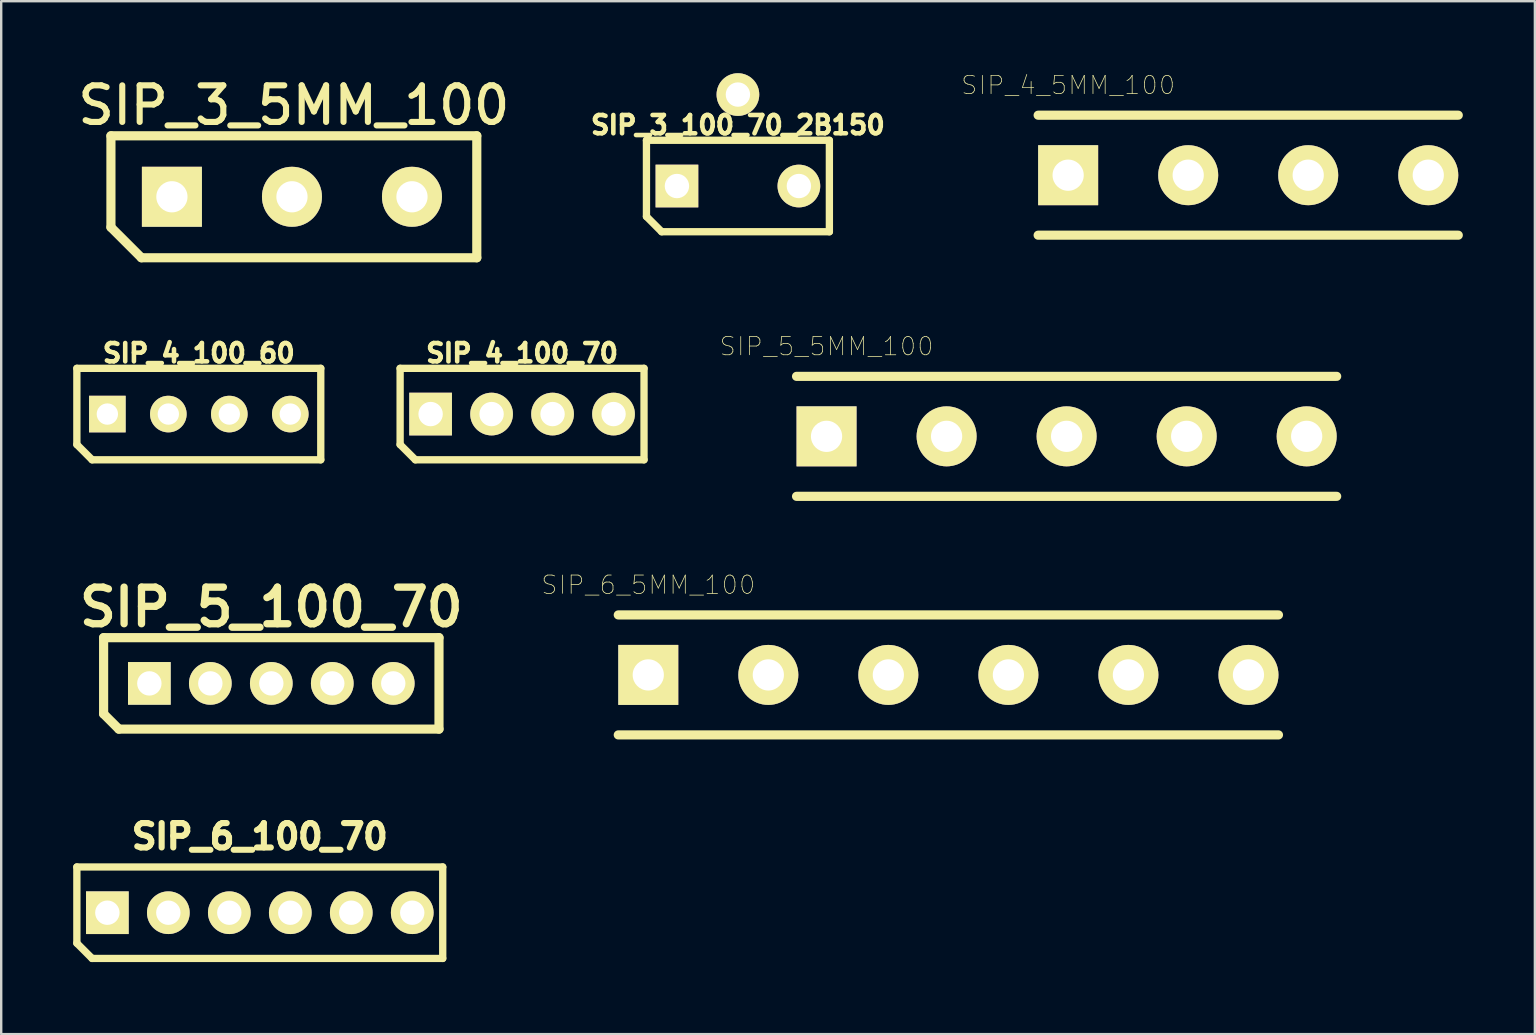
<source format=kicad_pcb>
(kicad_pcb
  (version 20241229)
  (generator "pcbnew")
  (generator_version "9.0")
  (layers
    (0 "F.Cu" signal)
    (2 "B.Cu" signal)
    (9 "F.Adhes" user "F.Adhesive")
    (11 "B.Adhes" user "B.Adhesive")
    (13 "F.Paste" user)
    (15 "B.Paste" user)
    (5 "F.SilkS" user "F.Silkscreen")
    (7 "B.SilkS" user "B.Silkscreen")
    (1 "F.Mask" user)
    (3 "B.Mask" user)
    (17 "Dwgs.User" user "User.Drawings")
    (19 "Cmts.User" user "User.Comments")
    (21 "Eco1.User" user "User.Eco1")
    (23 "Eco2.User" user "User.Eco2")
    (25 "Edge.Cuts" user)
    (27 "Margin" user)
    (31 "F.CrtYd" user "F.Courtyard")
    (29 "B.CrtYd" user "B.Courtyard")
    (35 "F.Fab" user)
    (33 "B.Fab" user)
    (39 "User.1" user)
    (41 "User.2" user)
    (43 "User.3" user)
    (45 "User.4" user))
  (footprint "SIP_5_5MM_100"
    (layer "F.Cu")
    (at 31.38 15.126)
    (property "Reference" "SIP_5_5MM_100" (at 0 -3.749 0) (layer "F.SilkS") (effects (font (size 0.762 0.762) (thickness 0.03))))
    (attr through_hole)
    (fp_line (start -1.25 -2.499) (end 21.25 -2.499) (stroke (width 0.381) (type solid)) (layer "F.SilkS"))
    (fp_line (start -1.25 2.499) (end 21.25 2.499) (stroke (width 0.381) (type solid)) (layer "F.SilkS"))
    (pad "1" thru_hole rect (at 0 0) (size 2.499 2.499) (drill 1.3) (layers "*.Cu" "*.Mask" "F.SilkS"))
    (pad "2" thru_hole circle (at 5.001 0) (size 2.499 2.499) (drill 1.3) (layers "*.Cu" "*.Mask" "F.SilkS"))
    (pad "3" thru_hole circle (at 10 0) (size 2.499 2.499) (drill 1.3) (layers "*.Cu" "*.Mask" "F.SilkS"))
    (pad "4" thru_hole circle (at 15.001 0) (size 2.499 2.499) (drill 1.3) (layers "*.Cu" "*.Mask" "F.SilkS"))
    (pad "5" thru_hole circle (at 20 0) (size 2.499 2.499) (drill 1.3) (layers "*.Cu" "*.Mask" "F.SilkS")))
  (footprint "SIP_6_5MM_100"
    (layer "F.Cu")
    (at 23.954 25.064)
    (property "Reference" "SIP_6_5MM_100" (at 0 -3.749 0) (layer "F.SilkS") (effects (font (size 0.762 0.762) (thickness 0.03))))
    (attr through_hole)
    (fp_line (start -1.25 -2.499) (end 26.251 -2.499) (stroke (width 0.381) (type solid)) (layer "F.SilkS"))
    (fp_line (start -1.25 2.499) (end 26.251 2.499) (stroke (width 0.381) (type solid)) (layer "F.SilkS"))
    (pad "1" thru_hole rect (at 0 0) (size 2.499 2.499) (drill 1.3) (layers "*.Cu" "*.Mask" "F.SilkS"))
    (pad "2" thru_hole circle (at 5.001 0) (size 2.499 2.499) (drill 1.3) (layers "*.Cu" "*.Mask" "F.SilkS"))
    (pad "3" thru_hole circle (at 10 0) (size 2.499 2.499) (drill 1.3) (layers "*.Cu" "*.Mask" "F.SilkS"))
    (pad "4" thru_hole circle (at 15.001 0) (size 2.499 2.499) (drill 1.3) (layers "*.Cu" "*.Mask" "F.SilkS"))
    (pad "5" thru_hole circle (at 20 0) (size 2.499 2.499) (drill 1.3) (layers "*.Cu" "*.Mask" "F.SilkS"))
    (pad "6" thru_hole circle (at 25.001 0) (size 2.499 2.499) (drill 1.3) (layers "*.Cu" "*.Mask" "F.SilkS")))
  (footprint "SIP_3_5MM_100"
    (layer "F.Cu")
    (at 4.111 5.147)
    (property "Reference" "SIP_3_5MM_100" (at 5.08 -3.81 0) (layer "F.SilkS") (effects (font (size 1.524 1.524) (thickness 0.254))))
    (attr through_hole)
    (fp_line (start -2.54 -2.54) (end -2.54 1.27) (stroke (width 0.381) (type solid)) (layer "F.SilkS"))
    (fp_line (start -2.54 1.27) (end -1.27 2.54) (stroke (width 0.381) (type solid)) (layer "F.SilkS"))
    (fp_line (start -1.27 2.54) (end 12.7 2.54) (stroke (width 0.381) (type solid)) (layer "F.SilkS"))
    (fp_line (start 12.7 -2.54) (end -2.54 -2.54) (stroke (width 0.381) (type solid)) (layer "F.SilkS"))
    (fp_line (start 12.7 2.54) (end 12.7 -2.54) (stroke (width 0.381) (type solid)) (layer "F.SilkS"))
    (pad "1" thru_hole rect (at 0 0) (size 2.499 2.499) (drill 1.3) (layers "*.Cu" "*.Mask" "F.SilkS"))
    (pad "2" thru_hole circle (at 5.001 0) (size 2.499 2.499) (drill 1.3) (layers "*.Cu" "*.Mask" "F.SilkS"))
    (pad "3" thru_hole circle (at 10 0) (size 2.499 2.499) (drill 1.3) (layers "*.Cu" "*.Mask" "F.SilkS")))
  (footprint "SIP_6_100_70"
    (layer "F.Cu")
    (at 1.422 34.969)
    (property "Reference" "SIP_6_100_70" (at 6.35 -3.175 0) (layer "F.SilkS") (effects (font (size 1.016 1.016) (thickness 0.254))))
    (attr through_hole)
    (fp_line (start -1.27 -1.905) (end -1.27 1.27) (stroke (width 0.305) (type solid)) (layer "F.SilkS"))
    (fp_line (start -1.27 1.27) (end -0.635 1.905) (stroke (width 0.305) (type solid)) (layer "F.SilkS"))
    (fp_line (start -0.635 1.905) (end 13.97 1.905) (stroke (width 0.305) (type solid)) (layer "F.SilkS"))
    (fp_line (start 13.97 -1.905) (end -1.27 -1.905) (stroke (width 0.305) (type solid)) (layer "F.SilkS"))
    (fp_line (start 13.97 1.905) (end 13.97 -1.905) (stroke (width 0.305) (type solid)) (layer "F.SilkS"))
    (pad "1" thru_hole rect (at 0 0) (size 1.778 1.778) (drill 1.016) (layers "*.Cu" "*.Mask" "F.SilkS"))
    (pad "2" thru_hole circle (at 2.54 0) (size 1.778 1.778) (drill 1.016) (layers "*.Cu" "*.Mask" "F.SilkS"))
    (pad "3" thru_hole circle (at 5.08 0) (size 1.778 1.778) (drill 1.016) (layers "*.Cu" "*.Mask" "F.SilkS"))
    (pad "4" thru_hole circle (at 7.62 0) (size 1.778 1.778) (drill 1.016) (layers "*.Cu" "*.Mask" "F.SilkS"))
    (pad "5" thru_hole circle (at 10.16 0) (size 1.778 1.778) (drill 1.016) (layers "*.Cu" "*.Mask" "F.SilkS"))
    (pad "6" thru_hole circle (at 12.7 0) (size 1.778 1.778) (drill 1.016) (layers "*.Cu" "*.Mask" "F.SilkS")))
  (footprint "SIP_4_5MM_100"
    (layer "F.Cu")
    (at 41.444 4.248)
    (property "Reference" "SIP_4_5MM_100" (at 0 -3.749 0) (layer "F.SilkS") (effects (font (size 0.762 0.762) (thickness 0.03))))
    (attr through_hole)
    (fp_line (start -1.25 -2.499) (end 16.251 -2.499) (stroke (width 0.381) (type solid)) (layer "F.SilkS"))
    (fp_line (start -1.25 2.499) (end 16.251 2.499) (stroke (width 0.381) (type solid)) (layer "F.SilkS"))
    (pad "1" thru_hole rect (at 0 0) (size 2.499 2.499) (drill 1.3) (layers "*.Cu" "*.Mask" "F.SilkS"))
    (pad "2" thru_hole circle (at 5.001 0) (size 2.499 2.499) (drill 1.3) (layers "*.Cu" "*.Mask" "F.SilkS"))
    (pad "3" thru_hole circle (at 10 0) (size 2.499 2.499) (drill 1.3) (layers "*.Cu" "*.Mask" "F.SilkS"))
    (pad "4" thru_hole circle (at 15.001 0) (size 2.499 2.499) (drill 1.3) (layers "*.Cu" "*.Mask" "F.SilkS")))
  (footprint "SIP_4_100_70"
    (layer "F.Cu")
    (at 14.887 14.198)
    (property "Reference" "SIP_4_100_70" (at 3.81 -2.54 0) (layer "F.SilkS") (effects (font (size 0.762 0.762) (thickness 0.191))))
    (attr through_hole)
    (fp_line (start -1.27 -1.905) (end -1.27 1.27) (stroke (width 0.305) (type solid)) (layer "F.SilkS"))
    (fp_line (start -1.27 1.27) (end -0.635 1.905) (stroke (width 0.305) (type solid)) (layer "F.SilkS"))
    (fp_line (start -0.635 1.905) (end 8.89 1.905) (stroke (width 0.305) (type solid)) (layer "F.SilkS"))
    (fp_line (start 8.89 -1.905) (end -1.27 -1.905) (stroke (width 0.305) (type solid)) (layer "F.SilkS"))
    (fp_line (start 8.89 1.905) (end 8.89 -1.905) (stroke (width 0.305) (type solid)) (layer "F.SilkS"))
    (pad "1" thru_hole rect (at 0 0) (size 1.778 1.778) (drill 1.016) (layers "*.Cu" "*.Mask" "F.SilkS"))
    (pad "2" thru_hole circle (at 2.54 0) (size 1.778 1.778) (drill 1.016) (layers "*.Cu" "*.Mask" "F.SilkS"))
    (pad "3" thru_hole circle (at 5.08 0) (size 1.778 1.778) (drill 1.016) (layers "*.Cu" "*.Mask" "F.SilkS"))
    (pad "4" thru_hole circle (at 7.62 0) (size 1.778 1.778) (drill 1.016) (layers "*.Cu" "*.Mask" "F.SilkS")))
  (footprint "SIP_5_100_70"
    (layer "F.Cu")
    (at 3.171 25.417)
    (property "Reference" "SIP_5_100_70" (at 5.08 -3.175 0) (layer "F.SilkS") (effects (font (size 1.524 1.524) (thickness 0.305))))
    (attr through_hole)
    (fp_line (start -1.905 -1.905) (end -1.905 1.27) (stroke (width 0.381) (type solid)) (layer "F.SilkS"))
    (fp_line (start -1.905 1.27) (end -1.27 1.905) (stroke (width 0.381) (type solid)) (layer "F.SilkS"))
    (fp_line (start -1.27 1.905) (end 12.065 1.905) (stroke (width 0.381) (type solid)) (layer "F.SilkS"))
    (fp_line (start 12.065 -1.905) (end -1.905 -1.905) (stroke (width 0.381) (type solid)) (layer "F.SilkS"))
    (fp_line (start 12.065 1.905) (end 12.065 -1.905) (stroke (width 0.381) (type solid)) (layer "F.SilkS"))
    (pad "1" thru_hole rect (at 0 0) (size 1.778 1.778) (drill 1.016) (layers "*.Cu" "*.Mask" "F.SilkS"))
    (pad "2" thru_hole circle (at 2.54 0) (size 1.778 1.778) (drill 1.016) (layers "*.Cu" "*.Mask" "F.SilkS"))
    (pad "3" thru_hole circle (at 5.08 0) (size 1.778 1.778) (drill 1.016) (layers "*.Cu" "*.Mask" "F.SilkS"))
    (pad "4" thru_hole circle (at 7.62 0) (size 1.778 1.778) (drill 1.016) (layers "*.Cu" "*.Mask" "F.SilkS"))
    (pad "5" thru_hole circle (at 10.16 0) (size 1.778 1.778) (drill 1.016) (layers "*.Cu" "*.Mask" "F.SilkS")))
  (footprint "SIP_3_100_70_2B150"
    (layer "F.Cu")
    (at 25.148 4.699)
    (property "Reference" "SIP_3_100_70_2B150" (at 2.54 -2.54 0) (layer "F.SilkS") (effects (font (size 0.762 0.762) (thickness 0.191))))
    (attr through_hole)
    (fp_line (start -1.27 -1.905) (end -1.27 1.27) (stroke (width 0.305) (type solid)) (layer "F.SilkS"))
    (fp_line (start -1.27 1.27) (end -0.635 1.905) (stroke (width 0.305) (type solid)) (layer "F.SilkS"))
    (fp_line (start -0.635 1.905) (end 6.35 1.905) (stroke (width 0.305) (type solid)) (layer "F.SilkS"))
    (fp_line (start 6.35 -1.905) (end -1.27 -1.905) (stroke (width 0.305) (type solid)) (layer "F.SilkS"))
    (fp_line (start 6.35 1.905) (end 6.35 -1.905) (stroke (width 0.305) (type solid)) (layer "F.SilkS"))
    (pad "1" thru_hole rect (at 0 0) (size 1.778 1.778) (drill 1.016) (layers "*.Cu" "*.Mask" "F.SilkS"))
    (pad "2" thru_hole circle (at 2.54 -3.81) (size 1.778 1.778) (drill 1.016) (layers "*.Cu" "*.Mask" "F.SilkS"))
    (pad "3" thru_hole circle (at 5.08 0) (size 1.778 1.778) (drill 1.016) (layers "*.Cu" "*.Mask" "F.SilkS")))
  (footprint "SIP_4_100_60"
    (layer "F.Cu")
    (at 1.422 14.198)
    (property "Reference" "SIP_4_100_60" (at 3.81 -2.54 0) (layer "F.SilkS") (effects (font (size 0.762 0.762) (thickness 0.191))))
    (attr through_hole)
    (fp_line (start -1.27 -1.905) (end -1.27 1.27) (stroke (width 0.305) (type solid)) (layer "F.SilkS"))
    (fp_line (start -1.27 1.27) (end -0.635 1.905) (stroke (width 0.305) (type solid)) (layer "F.SilkS"))
    (fp_line (start -0.635 1.905) (end 8.89 1.905) (stroke (width 0.305) (type solid)) (layer "F.SilkS"))
    (fp_line (start 8.89 -1.905) (end -1.27 -1.905) (stroke (width 0.305) (type solid)) (layer "F.SilkS"))
    (fp_line (start 8.89 1.905) (end 8.89 -1.905) (stroke (width 0.305) (type solid)) (layer "F.SilkS"))
    (pad "1" thru_hole rect (at 0 0) (size 1.524 1.524) (drill 0.889) (layers "*.Cu" "*.Mask" "F.SilkS"))
    (pad "2" thru_hole circle (at 2.54 0) (size 1.524 1.524) (drill 0.889) (layers "*.Cu" "*.Mask" "F.SilkS"))
    (pad "3" thru_hole circle (at 5.08 0) (size 1.524 1.524) (drill 0.889) (layers "*.Cu" "*.Mask" "F.SilkS"))
    (pad "4" thru_hole circle (at 7.62 0) (size 1.524 1.524) (drill 0.889) (layers "*.Cu" "*.Mask" "F.SilkS")))
  (gr_rect
    (start -3 -3)
    (end 60.886 40.027)
    (stroke (width 0.1) (type default))
    (fill no)
    (layer "Edge.Cuts")))
</source>
